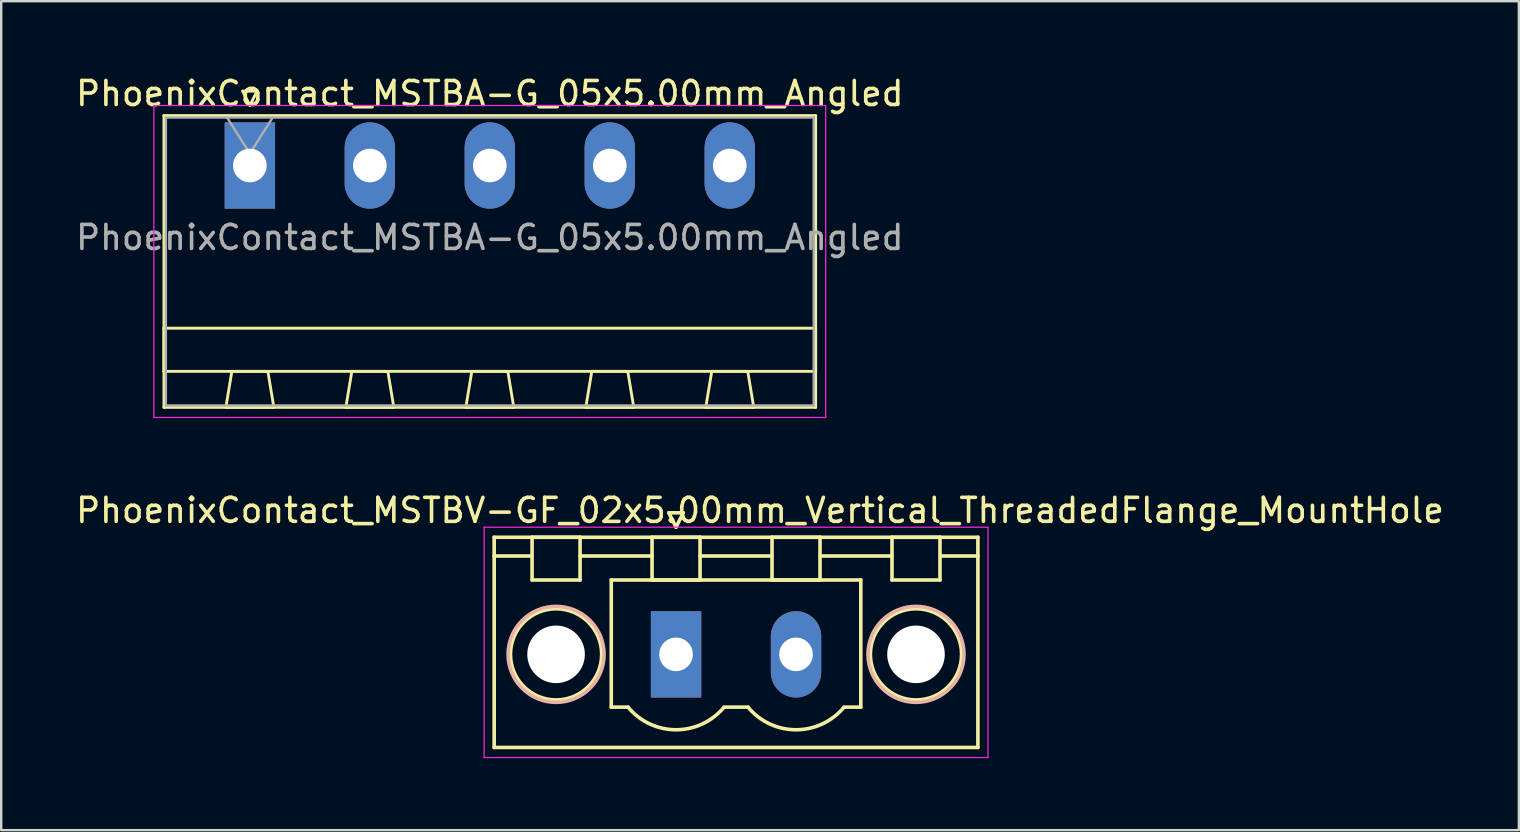
<source format=kicad_pcb>
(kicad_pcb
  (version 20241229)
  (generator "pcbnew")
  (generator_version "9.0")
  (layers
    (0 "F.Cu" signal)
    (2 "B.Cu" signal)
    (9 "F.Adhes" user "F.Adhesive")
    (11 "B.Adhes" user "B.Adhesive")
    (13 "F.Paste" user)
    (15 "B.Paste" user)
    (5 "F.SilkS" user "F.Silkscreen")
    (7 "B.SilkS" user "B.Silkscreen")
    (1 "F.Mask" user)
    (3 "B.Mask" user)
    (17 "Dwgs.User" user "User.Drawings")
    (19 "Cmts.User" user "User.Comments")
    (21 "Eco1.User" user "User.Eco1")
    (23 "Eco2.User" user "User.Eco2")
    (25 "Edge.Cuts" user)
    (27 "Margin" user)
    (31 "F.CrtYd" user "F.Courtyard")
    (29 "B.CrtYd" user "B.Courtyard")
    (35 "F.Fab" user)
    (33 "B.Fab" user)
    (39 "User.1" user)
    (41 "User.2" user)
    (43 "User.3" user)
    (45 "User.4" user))
  (footprint "PhoenixContact_MSTBV-GF_02x5.00mm_Vertical_ThreadedFlange_MountHole"
    (layer "F.Cu")
    (at 25.125 24.221)
    (property "Reference" "PhoenixContact_MSTBV-GF_02x5.00mm_Vertical_ThreadedFlange_MountHole" (at 3.5 -6 0) (layer "F.SilkS") (effects (font (size 1 1) (thickness 0.15))))
    (attr through_hole)
    (fp_line (start -7.58 -4.88) (end -7.58 3.88) (stroke (width 0.15) (type solid)) (layer "F.SilkS"))
    (fp_line (start -7.58 -4.1) (end -6.08 -4.1) (stroke (width 0.15) (type solid)) (layer "F.SilkS"))
    (fp_line (start -7.58 3.88) (end 12.58 3.88) (stroke (width 0.15) (type solid)) (layer "F.SilkS"))
    (fp_line (start -6 -4.88) (end -4 -4.88) (stroke (width 0.15) (type solid)) (layer "F.SilkS"))
    (fp_line (start -6 -3.1) (end -6 -4.88) (stroke (width 0.15) (type solid)) (layer "F.SilkS"))
    (fp_line (start -4 -4.88) (end -4 -3.1) (stroke (width 0.15) (type solid)) (layer "F.SilkS"))
    (fp_line (start -4 -4.1) (end -1 -4.1) (stroke (width 0.15) (type solid)) (layer "F.SilkS"))
    (fp_line (start -4 -3.1) (end -6 -3.1) (stroke (width 0.15) (type solid)) (layer "F.SilkS"))
    (fp_line (start -2.7 -3.1) (end 7.7 -3.1) (stroke (width 0.15) (type solid)) (layer "F.SilkS"))
    (fp_line (start -2.7 2.2) (end -2.7 -3.1) (stroke (width 0.15) (type solid)) (layer "F.SilkS"))
    (fp_line (start -2 2.2) (end -2.7 2.2) (stroke (width 0.15) (type solid)) (layer "F.SilkS"))
    (fp_line (start -1 -4.88) (end 1 -4.88) (stroke (width 0.15) (type solid)) (layer "F.SilkS"))
    (fp_line (start -1 -3.1) (end -1 -4.88) (stroke (width 0.15) (type solid)) (layer "F.SilkS"))
    (fp_line (start -0.3 -5.9) (end 0 -5.3) (stroke (width 0.15) (type solid)) (layer "F.SilkS"))
    (fp_line (start 0 -5.3) (end 0.3 -5.9) (stroke (width 0.15) (type solid)) (layer "F.SilkS"))
    (fp_line (start 0.3 -5.9) (end -0.3 -5.9) (stroke (width 0.15) (type solid)) (layer "F.SilkS"))
    (fp_line (start 1 -4.88) (end 1 -3.1) (stroke (width 0.15) (type solid)) (layer "F.SilkS"))
    (fp_line (start 1 -4.1) (end 4 -4.1) (stroke (width 0.15) (type solid)) (layer "F.SilkS"))
    (fp_line (start 1 -3.1) (end -1 -3.1) (stroke (width 0.15) (type solid)) (layer "F.SilkS"))
    (fp_line (start 2 2.2) (end 3 2.2) (stroke (width 0.15) (type solid)) (layer "F.SilkS"))
    (fp_line (start 4 -4.88) (end 6 -4.88) (stroke (width 0.15) (type solid)) (layer "F.SilkS"))
    (fp_line (start 4 -3.1) (end 4 -4.88) (stroke (width 0.15) (type solid)) (layer "F.SilkS"))
    (fp_line (start 6 -4.88) (end 6 -3.1) (stroke (width 0.15) (type solid)) (layer "F.SilkS"))
    (fp_line (start 6 -4.1) (end 9 -4.1) (stroke (width 0.15) (type solid)) (layer "F.SilkS"))
    (fp_line (start 6 -3.1) (end 4 -3.1) (stroke (width 0.15) (type solid)) (layer "F.SilkS"))
    (fp_line (start 7.7 -3.1) (end 7.7 2.2) (stroke (width 0.15) (type solid)) (layer "F.SilkS"))
    (fp_line (start 7.7 2.2) (end 7 2.2) (stroke (width 0.15) (type solid)) (layer "F.SilkS"))
    (fp_line (start 9 -4.88) (end 11 -4.88) (stroke (width 0.15) (type solid)) (layer "F.SilkS"))
    (fp_line (start 9 -3.1) (end 9 -4.88) (stroke (width 0.15) (type solid)) (layer "F.SilkS"))
    (fp_line (start 11 -4.88) (end 11 -3.1) (stroke (width 0.15) (type solid)) (layer "F.SilkS"))
    (fp_line (start 11 -3.1) (end 9 -3.1) (stroke (width 0.15) (type solid)) (layer "F.SilkS"))
    (fp_line (start 12.58 -4.88) (end -7.58 -4.88) (stroke (width 0.15) (type solid)) (layer "F.SilkS"))
    (fp_line (start 12.58 -4.1) (end 11.08 -4.1) (stroke (width 0.15) (type solid)) (layer "F.SilkS"))
    (fp_line (start 12.58 3.88) (end 12.58 -4.88) (stroke (width 0.15) (type solid)) (layer "F.SilkS"))
    (fp_arc (start 1.986842 2.215821) (mid -0.010289 3.142758) (end -2 2.2) (stroke (width 0.15) (type solid)) (layer "F.SilkS"))
    (fp_arc (start 6.986842 2.215821) (mid 4.989711 3.142758) (end 3 2.2) (stroke (width 0.15) (type solid)) (layer "F.SilkS"))
    (fp_circle (center -5 0) (end -4 0) (stroke (width 0.15) (type solid)) (fill no) (layer "F.SilkS"))
    (fp_circle (center -5 0) (end -3.1 0) (stroke (width 0.15) (type solid)) (fill no) (layer "F.SilkS"))
    (fp_circle (center 10 0) (end 11 0) (stroke (width 0.15) (type solid)) (fill no) (layer "F.SilkS"))
    (fp_circle (center 10 0) (end 11.9 0) (stroke (width 0.15) (type solid)) (fill no) (layer "F.SilkS"))
    (fp_circle (center -5 0) (end -3 0) (stroke (width 0.15) (type solid)) (fill no) (layer "B.SilkS"))
    (fp_circle (center 10 0) (end 12 0) (stroke (width 0.15) (type solid)) (fill no) (layer "B.SilkS"))
    (fp_line (start -8 -5.3) (end -8 4.3) (stroke (width 0.05) (type solid)) (layer "F.CrtYd"))
    (fp_line (start -8 4.3) (end 13 4.3) (stroke (width 0.05) (type solid)) (layer "F.CrtYd"))
    (fp_line (start 13 -5.3) (end -8 -5.3) (stroke (width 0.05) (type solid)) (layer "F.CrtYd"))
    (fp_line (start 13 4.3) (end 13 -5.3) (stroke (width 0.05) (type solid)) (layer "F.CrtYd"))
    (pad "" np_thru_hole circle (at -5 0) (size 2.4 2.4) (drill 2.4) (layers "*.Cu" "*.Mask"))
    (pad "" np_thru_hole circle (at 10 0) (size 2.4 2.4) (drill 2.4) (layers "*.Cu" "*.Mask"))
    (pad "1" thru_hole rect (at 0 0) (size 2.1 3.6) (drill 1.4) (layers "*.Cu" "*.Mask"))
    (pad "2" thru_hole oval (at 5 0) (size 2.1 3.6) (drill 1.4) (layers "*.Cu" "*.Mask")))
  (footprint "PhoenixContact_MSTBA-G_05x5.00mm_Angled"
    (layer "F.Cu")
    (at 7.363 3.848)
    (property "Reference" "PhoenixContact_MSTBA-G_05x5.00mm_Angled" (at 10 -3 0) (layer "F.SilkS") (effects (font (size 1 1) (thickness 0.15))))
    (attr through_hole)
    (fp_line (start -3.58 -2.08) (end -3.58 10.08) (stroke (width 0.12) (type solid)) (layer "F.SilkS"))
    (fp_line (start -3.58 6.78) (end 23.58 6.78) (stroke (width 0.12) (type solid)) (layer "F.SilkS"))
    (fp_line (start -3.58 8.58) (end -3.58 6.78) (stroke (width 0.12) (type solid)) (layer "F.SilkS"))
    (fp_line (start -3.58 10.08) (end 23.58 10.08) (stroke (width 0.12) (type solid)) (layer "F.SilkS"))
    (fp_line (start -1 10.08) (end 1 10.08) (stroke (width 0.12) (type solid)) (layer "F.SilkS"))
    (fp_line (start -0.75 8.58) (end -1 10.08) (stroke (width 0.12) (type solid)) (layer "F.SilkS"))
    (fp_line (start -0.3 -3.1) (end 0.3 -3.1) (stroke (width 0.12) (type solid)) (layer "F.SilkS"))
    (fp_line (start 0 -2.5) (end -0.3 -3.1) (stroke (width 0.12) (type solid)) (layer "F.SilkS"))
    (fp_line (start 0.3 -3.1) (end 0 -2.5) (stroke (width 0.12) (type solid)) (layer "F.SilkS"))
    (fp_line (start 0.75 8.58) (end -0.75 8.58) (stroke (width 0.12) (type solid)) (layer "F.SilkS"))
    (fp_line (start 1 10.08) (end 0.75 8.58) (stroke (width 0.12) (type solid)) (layer "F.SilkS"))
    (fp_line (start 4 10.08) (end 6 10.08) (stroke (width 0.12) (type solid)) (layer "F.SilkS"))
    (fp_line (start 4.25 8.58) (end 4 10.08) (stroke (width 0.12) (type solid)) (layer "F.SilkS"))
    (fp_line (start 5.75 8.58) (end 4.25 8.58) (stroke (width 0.12) (type solid)) (layer "F.SilkS"))
    (fp_line (start 6 10.08) (end 5.75 8.58) (stroke (width 0.12) (type solid)) (layer "F.SilkS"))
    (fp_line (start 9 10.08) (end 11 10.08) (stroke (width 0.12) (type solid)) (layer "F.SilkS"))
    (fp_line (start 9.25 8.58) (end 9 10.08) (stroke (width 0.12) (type solid)) (layer "F.SilkS"))
    (fp_line (start 10.75 8.58) (end 9.25 8.58) (stroke (width 0.12) (type solid)) (layer "F.SilkS"))
    (fp_line (start 11 10.08) (end 10.75 8.58) (stroke (width 0.12) (type solid)) (layer "F.SilkS"))
    (fp_line (start 14 10.08) (end 16 10.08) (stroke (width 0.12) (type solid)) (layer "F.SilkS"))
    (fp_line (start 14.25 8.58) (end 14 10.08) (stroke (width 0.12) (type solid)) (layer "F.SilkS"))
    (fp_line (start 15.75 8.58) (end 14.25 8.58) (stroke (width 0.12) (type solid)) (layer "F.SilkS"))
    (fp_line (start 16 10.08) (end 15.75 8.58) (stroke (width 0.12) (type solid)) (layer "F.SilkS"))
    (fp_line (start 19 10.08) (end 21 10.08) (stroke (width 0.12) (type solid)) (layer "F.SilkS"))
    (fp_line (start 19.25 8.58) (end 19 10.08) (stroke (width 0.12) (type solid)) (layer "F.SilkS"))
    (fp_line (start 20.75 8.58) (end 19.25 8.58) (stroke (width 0.12) (type solid)) (layer "F.SilkS"))
    (fp_line (start 21 10.08) (end 20.75 8.58) (stroke (width 0.12) (type solid)) (layer "F.SilkS"))
    (fp_line (start 23.58 -2.08) (end -3.58 -2.08) (stroke (width 0.12) (type solid)) (layer "F.SilkS"))
    (fp_line (start 23.58 6.78) (end 23.58 8.58) (stroke (width 0.12) (type solid)) (layer "F.SilkS"))
    (fp_line (start 23.58 8.58) (end -3.58 8.58) (stroke (width 0.12) (type solid)) (layer "F.SilkS"))
    (fp_line (start 23.58 10.08) (end 23.58 -2.08) (stroke (width 0.12) (type solid)) (layer "F.SilkS"))
    (fp_line (start -4 -2.5) (end -4 10.5) (stroke (width 0.05) (type solid)) (layer "F.CrtYd"))
    (fp_line (start -4 10.5) (end 24 10.5) (stroke (width 0.05) (type solid)) (layer "F.CrtYd"))
    (fp_line (start 24 -2.5) (end -4 -2.5) (stroke (width 0.05) (type solid)) (layer "F.CrtYd"))
    (fp_line (start 24 10.5) (end 24 -2.5) (stroke (width 0.05) (type solid)) (layer "F.CrtYd"))
    (fp_line (start -3.5 -2) (end -3.5 10) (stroke (width 0.1) (type solid)) (layer "F.Fab"))
    (fp_line (start -3.5 10) (end 23.5 10) (stroke (width 0.1) (type solid)) (layer "F.Fab"))
    (fp_line (start 0 -0.5) (end -0.95 -2) (stroke (width 0.1) (type solid)) (layer "F.Fab"))
    (fp_line (start 0.95 -2) (end 0 -0.5) (stroke (width 0.1) (type solid)) (layer "F.Fab"))
    (fp_line (start 23.5 -2) (end -3.5 -2) (stroke (width 0.1) (type solid)) (layer "F.Fab"))
    (fp_line (start 23.5 10) (end 23.5 -2) (stroke (width 0.1) (type solid)) (layer "F.Fab"))
    (fp_text user "${REFERENCE}" (at 10 3 0) (layer "F.Fab") (effects (font (size 1 1) (thickness 0.15))))
    (pad "1" thru_hole rect (at 0 0) (size 2.1 3.6) (drill 1.4) (layers "*.Cu" "*.Mask"))
    (pad "2" thru_hole oval (at 5 0) (size 2.1 3.6) (drill 1.4) (layers "*.Cu" "*.Mask"))
    (pad "3" thru_hole oval (at 10 0) (size 2.1 3.6) (drill 1.4) (layers "*.Cu" "*.Mask"))
    (pad "4" thru_hole oval (at 15 0) (size 2.1 3.6) (drill 1.4) (layers "*.Cu" "*.Mask"))
    (pad "5" thru_hole oval (at 20 0) (size 2.1 3.6) (drill 1.4) (layers "*.Cu" "*.Mask")))
  (gr_rect
    (start -3 -3)
    (end 60.25 31.547)
    (stroke (width 0.1) (type default))
    (fill no)
    (layer "Edge.Cuts")))
</source>
